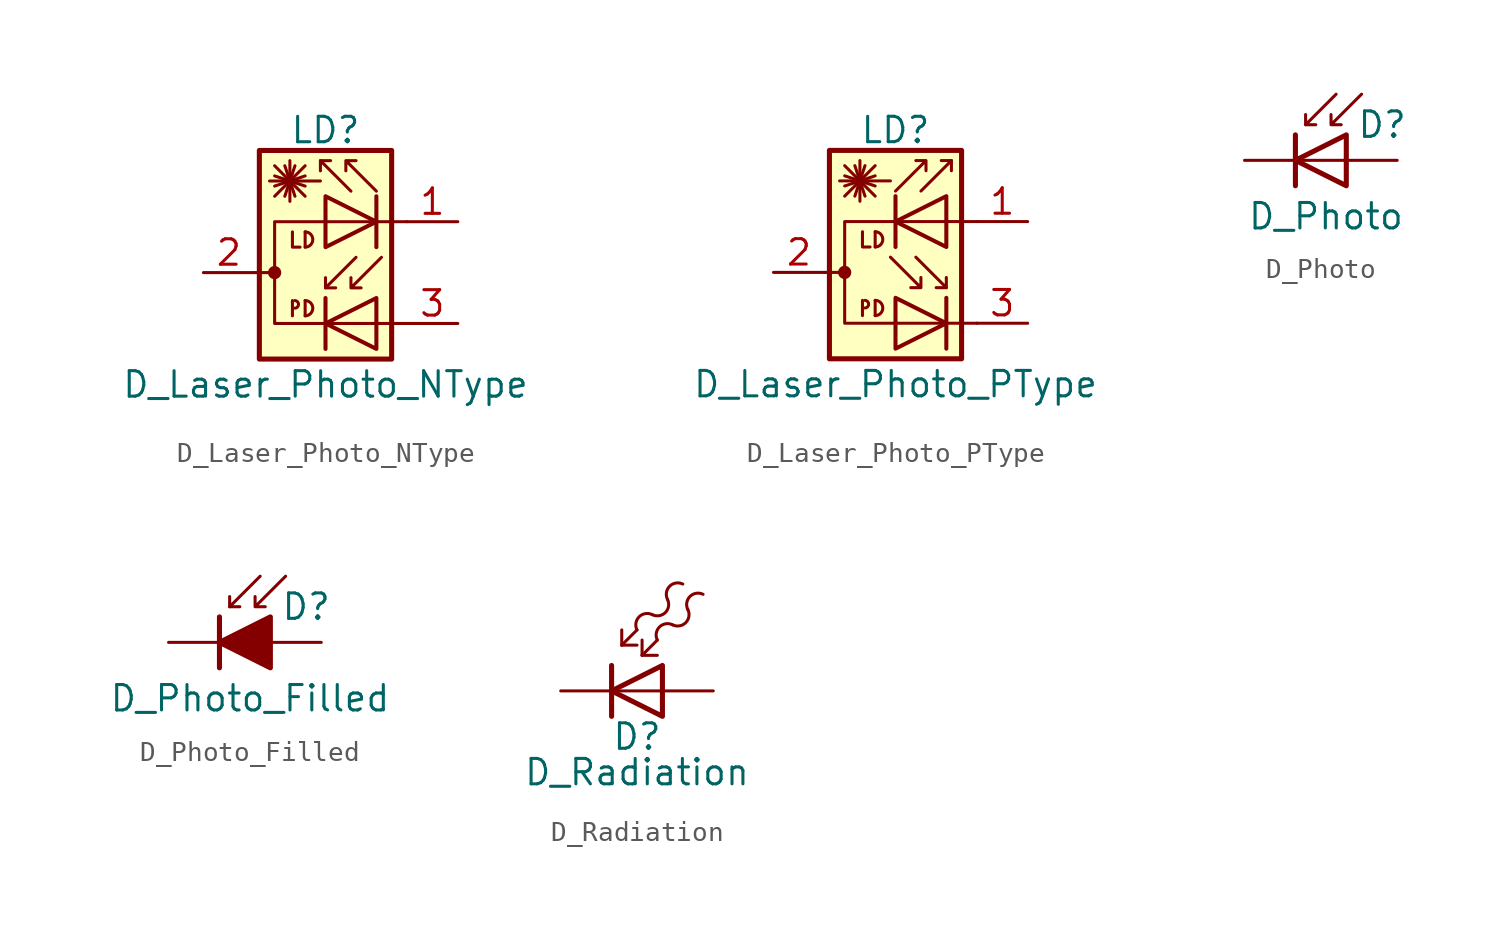
<source format=kicad_sym>
(kicad_symbol_lib
  (version 20241209)
  (generator "kicad_symbol_editor")
  (generator_version "9.0")
  (symbol "D_Laser_Photo_NType"
    (pin_names
      (hide yes))
    (property "Reference" "LD"
      (at 1.016 7.112 0)
      (effects (font (size 1.27 1.27))))
    (property "Value" "D_Laser_Photo_NType"
      (at 1.016 -5.588 0)
      (effects (font (size 1.27 1.27))))
    (symbol "D_Laser_Photo_NType_0_1"
      (polyline (pts (xy -2.54 0) (xy -1.524 0)) (stroke (width 0) (type default)) (fill (type none)))
      (polyline (pts (xy -1.524 5.334) (xy 0 3.81)) (stroke (width 0) (type default)) (fill (type none)))
      (polyline (pts (xy -1.524 4.826) (xy 0 4.318)) (stroke (width 0) (type default)) (fill (type none)))
      (polyline (pts (xy -1.524 4.318) (xy 0 4.826)) (stroke (width 0) (type default)) (fill (type none)))
      (polyline (pts (xy -1.524 3.81) (xy 0 5.334)) (stroke (width 0) (type default)) (fill (type none)))
      (circle (center -1.524 0) (radius 0.254) (stroke (width 0) (type default)) (fill (type outline)))
      (polyline (pts (xy -1.016 5.334) (xy -0.508 3.81)) (stroke (width 0) (type default)) (fill (type none)))
      (polyline (pts (xy -0.762 4.572) (xy -0.762 5.588)) (stroke (width 0) (type default)) (fill (type none)))
      (polyline (pts (xy -0.762 4.572) (xy -0.762 3.556)) (stroke (width 0) (type default)) (fill (type none)))
      (polyline (pts (xy -0.635 2.032) (xy -0.635 1.27) (xy -0.254 1.27)) (stroke (width 0) (type default)) (fill (type none)))
      (polyline (pts (xy -0.635 -1.397) (xy -0.635 -2.159)) (stroke (width 0) (type default)) (fill (type none)))
      (arc (start -0.508 -1.397) (mid -0.3298 -1.5875) (end -0.508 -1.778) (stroke (width 0) (type default)) (fill (type none)))
      (polyline (pts (xy -0.508 5.334) (xy -1.016 3.81)) (stroke (width 0) (type default)) (fill (type none)))
      (arc (start 0 2.032) (mid 0.3794 1.651) (end 0 1.27) (stroke (width 0) (type default)) (fill (type none)))
      (arc (start 0 -1.397) (mid 0.3794 -1.778) (end 0 -2.159) (stroke (width 0) (type default)) (fill (type none)))
      (polyline (pts (xy 0 2.032) (xy 0 1.27)) (stroke (width 0) (type default)) (fill (type none)))
      (polyline (pts (xy 0 -1.397) (xy 0 -2.159)) (stroke (width 0) (type default)) (fill (type none)))
      (polyline (pts (xy 0.762 5.588) (xy 1.27 5.588)) (stroke (width 0) (type default)) (fill (type none)))
      (polyline (pts (xy 0.762 4.572) (xy -1.778 4.572)) (stroke (width 0) (type default)) (fill (type none)))
      (polyline (pts (xy 1.016 -0.762) (xy 1.524 -0.762)) (stroke (width 0) (type default)) (fill (type none)))
      (polyline (pts (xy 1.016 -1.27) (xy 1.016 -3.81)) (stroke (width 0.203) (type default)) (fill (type none)))
      (polyline (pts (xy 2.286 4.064) (xy 0.762 5.588) (xy 0.762 5.08)) (stroke (width 0) (type default)) (fill (type none)))
      (polyline (pts (xy 2.54 0.762) (xy 1.016 -0.762) (xy 1.016 -0.254)) (stroke (width 0) (type default)) (fill (type none)))
      (polyline (pts (xy 3.556 4.064) (xy 2.032 5.588) (xy 2.032 5.08) (xy 2.032 5.588) (xy 2.54 5.588)) (stroke (width 0) (type default)) (fill (type none)))
      (polyline (pts (xy 3.556 3.81) (xy 3.556 1.27)) (stroke (width 0.203) (type default)) (fill (type none)))
      (polyline (pts (xy 3.556 -1.27) (xy 3.556 -3.81) (xy 1.016 -2.54) (xy 3.556 -1.27)) (stroke (width 0.203) (type default)) (fill (type none)))
      (polyline (pts (xy 3.81 0.762) (xy 2.286 -0.762) (xy 2.286 -0.254) (xy 2.286 -0.762) (xy 2.794 -0.762)) (stroke (width 0) (type default)) (fill (type none)))
      (rectangle (start 4.318 6.096) (end -2.286 -4.318) (stroke (width 0.254) (type default)) (fill (type background)))
      (polyline (pts (xy 5.08 2.54) (xy -1.524 2.54) (xy -1.524 -2.54) (xy 5.08 -2.54)) (stroke (width 0) (type default)) (fill (type none))))
    (symbol "D_Laser_Photo_NType_1_1"
      (polyline (pts (xy 1.016 3.81) (xy 1.016 1.27) (xy 3.556 2.54) (xy 1.016 3.81)) (stroke (width 0.203) (type default)) (fill (type none)))
      (pin passive line (at -5.08 0 0) (length 2.54) (name "~" (effects (font (size 1.27 1.27)))) (number "2" (effects (font (size 1.27 1.27)))))
      (pin passive line (at 7.62 2.54 180) (length 2.54) (name "~" (effects (font (size 1.27 1.27)))) (number "1" (effects (font (size 1.27 1.27)))))
      (pin passive line (at 7.62 -2.54 180) (length 2.54) (name "~" (effects (font (size 1.27 1.27)))) (number "3" (effects (font (size 1.27 1.27)))))))
  (symbol "D_Laser_Photo_PType"
    (pin_names
      (hide yes))
    (property "Reference" "LD"
      (at 1.016 7.112 0)
      (effects (font (size 1.27 1.27))))
    (property "Value" "D_Laser_Photo_PType"
      (at 1.016 -5.588 0)
      (effects (font (size 1.27 1.27))))
    (symbol "D_Laser_Photo_PType_0_1"
      (polyline (pts (xy -2.54 0) (xy -1.524 0)) (stroke (width 0) (type default)) (fill (type none)))
      (polyline (pts (xy -1.524 5.334) (xy 0 3.81)) (stroke (width 0) (type default)) (fill (type none)))
      (polyline (pts (xy -1.524 4.826) (xy 0 4.318)) (stroke (width 0) (type default)) (fill (type none)))
      (polyline (pts (xy -1.524 4.318) (xy 0 4.826)) (stroke (width 0) (type default)) (fill (type none)))
      (polyline (pts (xy -1.524 3.81) (xy 0 5.334)) (stroke (width 0) (type default)) (fill (type none)))
      (circle (center -1.524 0) (radius 0.254) (stroke (width 0) (type default)) (fill (type outline)))
      (polyline (pts (xy -1.016 5.334) (xy -0.508 3.81)) (stroke (width 0) (type default)) (fill (type none)))
      (polyline (pts (xy -0.762 4.572) (xy -0.762 5.588)) (stroke (width 0) (type default)) (fill (type none)))
      (polyline (pts (xy -0.762 4.572) (xy -0.762 3.556)) (stroke (width 0) (type default)) (fill (type none)))
      (polyline (pts (xy -0.635 2.032) (xy -0.635 1.27) (xy -0.254 1.27)) (stroke (width 0) (type default)) (fill (type none)))
      (polyline (pts (xy -0.635 -1.397) (xy -0.635 -2.159)) (stroke (width 0) (type default)) (fill (type none)))
      (arc (start -0.508 -1.397) (mid -0.3298 -1.5875) (end -0.508 -1.778) (stroke (width 0) (type default)) (fill (type none)))
      (polyline (pts (xy -0.508 5.334) (xy -1.016 3.81)) (stroke (width 0) (type default)) (fill (type none)))
      (arc (start 0 2.032) (mid 0.3794 1.651) (end 0 1.27) (stroke (width 0) (type default)) (fill (type none)))
      (arc (start 0 -1.397) (mid 0.3794 -1.778) (end 0 -2.159) (stroke (width 0) (type default)) (fill (type none)))
      (polyline (pts (xy 0 2.032) (xy 0 1.27)) (stroke (width 0) (type default)) (fill (type none)))
      (polyline (pts (xy 0 -1.397) (xy 0 -2.159)) (stroke (width 0) (type default)) (fill (type none)))
      (polyline (pts (xy 0.762 4.572) (xy -1.778 4.572)) (stroke (width 0) (type default)) (fill (type none)))
      (polyline (pts (xy 0.762 0.762) (xy 2.286 -0.762) (xy 2.286 -0.254) (xy 2.286 -0.762) (xy 1.778 -0.762)) (stroke (width 0) (type default)) (fill (type none)))
      (polyline (pts (xy 1.016 4.064) (xy 2.54 5.588) (xy 2.54 5.08) (xy 2.54 5.588) (xy 2.032 5.588)) (stroke (width 0) (type default)) (fill (type none)))
      (polyline (pts (xy 1.016 3.81) (xy 1.016 1.27)) (stroke (width 0.203) (type default)) (fill (type none)))
      (polyline (pts (xy 1.016 -1.27) (xy 1.016 -3.81) (xy 3.556 -2.54) (xy 1.016 -1.27)) (stroke (width 0.203) (type default)) (fill (type none)))
      (polyline (pts (xy 2.032 0.762) (xy 3.556 -0.762) (xy 3.556 -0.254)) (stroke (width 0) (type default)) (fill (type none)))
      (polyline (pts (xy 2.286 4.064) (xy 3.81 5.588) (xy 3.81 5.08)) (stroke (width 0) (type default)) (fill (type none)))
      (polyline (pts (xy 3.556 3.81) (xy 3.556 1.27) (xy 1.016 2.54) (xy 3.556 3.81)) (stroke (width 0.203) (type default)) (fill (type none)))
      (polyline (pts (xy 3.556 -0.762) (xy 3.048 -0.762)) (stroke (width 0) (type default)) (fill (type none)))
      (polyline (pts (xy 3.556 -1.27) (xy 3.556 -3.81)) (stroke (width 0.203) (type default)) (fill (type none)))
      (polyline (pts (xy 3.81 5.588) (xy 3.302 5.588)) (stroke (width 0) (type default)) (fill (type none)))
      (rectangle (start 4.318 6.096) (end -2.286 -4.318) (stroke (width 0.254) (type default)) (fill (type background)))
      (polyline (pts (xy 5.08 2.54) (xy -1.524 2.54) (xy -1.524 -2.54) (xy 5.08 -2.54)) (stroke (width 0) (type default)) (fill (type none))))
    (symbol "D_Laser_Photo_PType_1_1"
      (pin passive line (at -5.08 0 0) (length 2.54) (name "~" (effects (font (size 1.27 1.27)))) (number "2" (effects (font (size 1.27 1.27)))))
      (pin passive line (at 7.62 2.54 180) (length 2.54) (name "~" (effects (font (size 1.27 1.27)))) (number "1" (effects (font (size 1.27 1.27)))))
      (pin passive line (at 7.62 -2.54 180) (length 2.54) (name "~" (effects (font (size 1.27 1.27)))) (number "3" (effects (font (size 1.27 1.27)))))))
  (symbol "D_Photo"
    (pin_numbers
      (hide yes))
    (pin_names
      (hide yes))
    (property "Reference" "D"
      (at 0.508 1.778 0)
      (effects (font (size 1.27 1.27)) (justify left)))
    (property "Value" "D_Photo"
      (at -1.016 -2.794 0)
      (effects (font (size 1.27 1.27))))
    (symbol "D_Photo_0_1"
      (polyline (pts (xy -2.54 1.27) (xy -2.54 -1.27)) (stroke (width 0.254) (type default)) (fill (type none)))
      (polyline (pts (xy -2.032 1.778) (xy -1.524 1.778)) (stroke (width 0) (type default)) (fill (type none)))
      (polyline (pts (xy -0.508 3.302) (xy -2.032 1.778) (xy -2.032 2.286)) (stroke (width 0) (type default)) (fill (type none)))
      (polyline (pts (xy 0 0) (xy -2.54 0)) (stroke (width 0) (type default)) (fill (type none)))
      (polyline (pts (xy 0 -1.27) (xy 0 1.27) (xy -2.54 0) (xy 0 -1.27)) (stroke (width 0.254) (type default)) (fill (type none)))
      (polyline (pts (xy 0.762 3.302) (xy -0.762 1.778) (xy -0.762 2.286) (xy -0.762 1.778) (xy -0.254 1.778)) (stroke (width 0) (type default)) (fill (type none))))
    (symbol "D_Photo_1_1"
      (pin passive line (at -5.08 0 0) (length 2.54) (name "K" (effects (font (size 1.27 1.27)))) (number "1" (effects (font (size 1.27 1.27)))))
      (pin passive line (at 2.54 0 180) (length 2.54) (name "A" (effects (font (size 1.27 1.27)))) (number "2" (effects (font (size 1.27 1.27)))))))
  (symbol "D_Photo_Filled"
    (pin_numbers
      (hide yes))
    (pin_names
      (hide yes))
    (property "Reference" "D"
      (at 0.508 1.778 0)
      (effects (font (size 1.27 1.27)) (justify left)))
    (property "Value" "D_Photo_Filled"
      (at -1.016 -2.794 0)
      (effects (font (size 1.27 1.27))))
    (symbol "D_Photo_Filled_0_1"
      (polyline (pts (xy -2.54 1.27) (xy -2.54 -1.27)) (stroke (width 0.254) (type default)) (fill (type none)))
      (polyline (pts (xy -2.032 1.778) (xy -1.524 1.778)) (stroke (width 0) (type default)) (fill (type none)))
      (polyline (pts (xy -0.508 3.302) (xy -2.032 1.778) (xy -2.032 2.286)) (stroke (width 0) (type default)) (fill (type none)))
      (polyline (pts (xy 0 0) (xy -2.54 0)) (stroke (width 0) (type default)) (fill (type none)))
      (polyline (pts (xy 0 -1.27) (xy 0 1.27) (xy -2.54 0) (xy 0 -1.27)) (stroke (width 0.254) (type default)) (fill (type outline)))
      (polyline (pts (xy 0.762 3.302) (xy -0.762 1.778) (xy -0.762 2.286) (xy -0.762 1.778) (xy -0.254 1.778)) (stroke (width 0) (type default)) (fill (type none))))
    (symbol "D_Photo_Filled_1_1"
      (pin passive line (at -5.08 0 0) (length 2.54) (name "K" (effects (font (size 1.27 1.27)))) (number "1" (effects (font (size 1.27 1.27)))))
      (pin passive line (at 2.54 0 180) (length 2.54) (name "A" (effects (font (size 1.27 1.27)))) (number "2" (effects (font (size 1.27 1.27)))))))
  (symbol "D_Radiation"
    (pin_numbers
      (hide yes))
    (pin_names
      (offset 1.016)
      (hide yes))
    (property "Reference" "D"
      (at -1.27 -2.286 0)
      (effects (font (size 1.27 1.27))))
    (property "Value" "D_Radiation"
      (at -1.27 -4.064 0)
      (effects (font (size 1.27 1.27))))
    (symbol "D_Radiation_0_1"
      (polyline (pts (xy -2.54 1.27) (xy -2.54 -1.27)) (stroke (width 0.254) (type default)) (fill (type none)))
      (polyline (pts (xy -2.032 3.048) (xy -2.032 2.286)) (stroke (width 0) (type default)) (fill (type none)))
      (polyline (pts (xy -2.032 2.286) (xy -1.27 3.048)) (stroke (width 0) (type default)) (fill (type none)))
      (polyline (pts (xy -2.032 2.286) (xy -1.27 2.286)) (stroke (width 0) (type default)) (fill (type none)))
      (polyline (pts (xy -1.016 2.54) (xy -1.016 1.778)) (stroke (width 0) (type default)) (fill (type none)))
      (polyline (pts (xy -1.016 1.778) (xy -0.254 2.54)) (stroke (width 0) (type default)) (fill (type none)))
      (polyline (pts (xy -1.016 1.778) (xy -0.254 1.778)) (stroke (width 0) (type default)) (fill (type none)))
      (arc (start -1.27 3.048) (mid -1.1636 3.7036) (end -0.508 3.81) (stroke (width 0) (type default)) (fill (type none)))
      (arc (start 0.254 4.572) (mid 0.1476 3.9164) (end -0.508 3.81) (stroke (width 0) (type default)) (fill (type none)))
      (polyline (pts (xy 0 1.27) (xy 0 -1.27) (xy -2.54 0) (xy 0 1.27)) (stroke (width 0.254) (type default)) (fill (type none)))
      (polyline (pts (xy 0 0) (xy -2.54 0)) (stroke (width 0) (type default)) (fill (type none)))
      (arc (start -0.254 2.54) (mid -0.1476 3.1956) (end 0.508 3.302) (stroke (width 0) (type default)) (fill (type none)))
      (arc (start 0.254 4.572) (mid 0.3604 5.2276) (end 1.016 5.334) (stroke (width 0) (type default)) (fill (type none)))
      (arc (start 1.27 4.064) (mid 1.1636 3.4084) (end 0.508 3.302) (stroke (width 0) (type default)) (fill (type none)))
      (arc (start 1.27 4.064) (mid 1.3764 4.7196) (end 2.032 4.826) (stroke (width 0) (type default)) (fill (type none))))
    (symbol "D_Radiation_1_1"
      (pin passive line (at -5.08 0 0) (length 2.54) (name "K" (effects (font (size 1.27 1.27)))) (number "1" (effects (font (size 1.27 1.27)))))
      (pin passive line (at 2.54 0 180) (length 2.54) (name "A" (effects (font (size 1.27 1.27)))) (number "2" (effects (font (size 1.27 1.27))))))))
</source>
